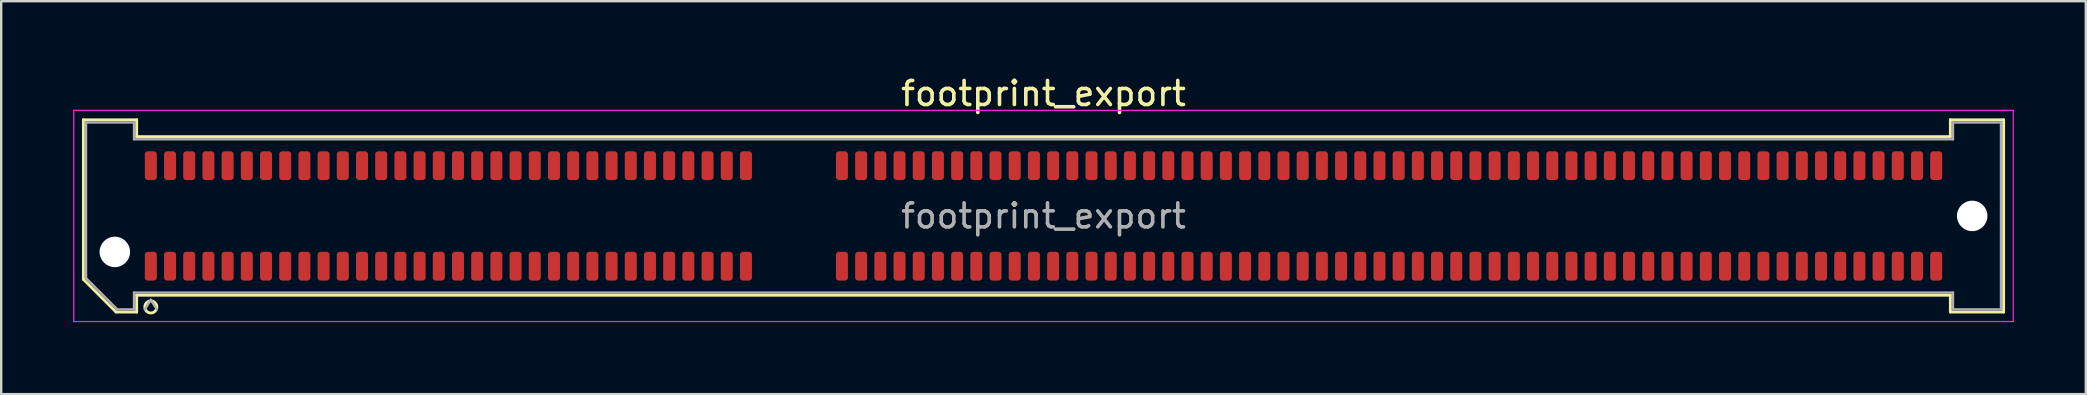
<source format=kicad_pcb>
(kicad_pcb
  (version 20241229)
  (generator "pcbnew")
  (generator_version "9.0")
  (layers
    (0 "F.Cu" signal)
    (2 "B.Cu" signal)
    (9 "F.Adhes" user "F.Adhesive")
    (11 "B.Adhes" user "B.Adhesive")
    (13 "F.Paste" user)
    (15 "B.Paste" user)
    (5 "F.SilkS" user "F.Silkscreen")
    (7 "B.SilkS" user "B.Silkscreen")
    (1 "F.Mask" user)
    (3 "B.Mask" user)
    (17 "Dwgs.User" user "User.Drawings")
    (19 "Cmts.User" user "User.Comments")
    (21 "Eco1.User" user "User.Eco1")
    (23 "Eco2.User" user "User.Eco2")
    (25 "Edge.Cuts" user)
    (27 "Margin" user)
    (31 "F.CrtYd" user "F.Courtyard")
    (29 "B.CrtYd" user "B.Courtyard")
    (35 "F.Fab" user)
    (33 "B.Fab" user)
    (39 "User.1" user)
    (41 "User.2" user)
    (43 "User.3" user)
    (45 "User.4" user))
  (footprint "footprint_export"
    (layer "F.Cu")
    (at 40.435 5.948)
    (property "Reference" "footprint_export" (at 0 -5.1 0) (layer "F.SilkS") (effects (font (size 1 1) (thickness 0.15))))
    (attr smd)
    (fp_line (start -40.01 -4.005) (end -37.79 -4.005) (stroke (width 0.12) (type solid)) (layer "F.SilkS"))
    (fp_line (start -40.01 2.641) (end -40.01 -4.005) (stroke (width 0.12) (type solid)) (layer "F.SilkS"))
    (fp_line (start -38.646 4.005) (end -40.01 2.641) (stroke (width 0.12) (type solid)) (layer "F.SilkS"))
    (fp_line (start -37.79 -4.005) (end -37.79 -3.305) (stroke (width 0.12) (type solid)) (layer "F.SilkS"))
    (fp_line (start -37.79 -3.305) (end 37.79 -3.305) (stroke (width 0.12) (type solid)) (layer "F.SilkS"))
    (fp_line (start -37.79 3.305) (end -37.79 4.005) (stroke (width 0.12) (type solid)) (layer "F.SilkS"))
    (fp_line (start -37.79 4.005) (end -38.646 4.005) (stroke (width 0.12) (type solid)) (layer "F.SilkS"))
    (fp_line (start 37.79 -4.005) (end 40.01 -4.005) (stroke (width 0.12) (type solid)) (layer "F.SilkS"))
    (fp_line (start 37.79 -3.305) (end 37.79 -4.005) (stroke (width 0.12) (type solid)) (layer "F.SilkS"))
    (fp_line (start 37.79 3.305) (end -37.79 3.305) (stroke (width 0.12) (type solid)) (layer "F.SilkS"))
    (fp_line (start 37.79 4.005) (end 37.79 3.305) (stroke (width 0.12) (type solid)) (layer "F.SilkS"))
    (fp_line (start 40.01 -4.005) (end 40.01 4.005) (stroke (width 0.12) (type solid)) (layer "F.SilkS"))
    (fp_line (start 40.01 4.005) (end 37.79 4.005) (stroke (width 0.12) (type solid)) (layer "F.SilkS"))
    (fp_arc (start -36.95 3.795) (mid -37.45 3.795) (end -36.95 3.795) (stroke (width 0.12) (type solid)) (layer "F.SilkS"))
    (fp_line (start -40.41 -4.4) (end -40.41 4.4) (stroke (width 0.05) (type solid)) (layer "F.CrtYd"))
    (fp_line (start -40.41 4.4) (end 40.41 4.4) (stroke (width 0.05) (type solid)) (layer "F.CrtYd"))
    (fp_line (start 40.41 -4.4) (end -40.41 -4.4) (stroke (width 0.05) (type solid)) (layer "F.CrtYd"))
    (fp_line (start 40.41 4.4) (end 40.41 -4.4) (stroke (width 0.05) (type solid)) (layer "F.CrtYd"))
    (fp_line (start -39.9 -3.895) (end -37.9 -3.895) (stroke (width 0.1) (type solid)) (layer "F.Fab"))
    (fp_line (start -39.9 2.595) (end -39.9 -3.895) (stroke (width 0.1) (type solid)) (layer "F.Fab"))
    (fp_line (start -38.6 3.895) (end -39.9 2.595) (stroke (width 0.1) (type solid)) (layer "F.Fab"))
    (fp_line (start -37.9 -3.895) (end -37.9 -3.195) (stroke (width 0.1) (type solid)) (layer "F.Fab"))
    (fp_line (start -37.9 -3.195) (end 37.9 -3.195) (stroke (width 0.1) (type solid)) (layer "F.Fab"))
    (fp_line (start -37.9 3.195) (end -37.9 3.895) (stroke (width 0.1) (type solid)) (layer "F.Fab"))
    (fp_line (start -37.9 3.895) (end -38.6 3.895) (stroke (width 0.1) (type solid)) (layer "F.Fab"))
    (fp_line (start -37.2 3.495) (end -37.45 3.895) (stroke (width 0.1) (type solid)) (layer "F.Fab"))
    (fp_line (start -37.2 3.495) (end -36.95 3.895) (stroke (width 0.1) (type solid)) (layer "F.Fab"))
    (fp_line (start 37.9 -3.895) (end 39.9 -3.895) (stroke (width 0.1) (type solid)) (layer "F.Fab"))
    (fp_line (start 37.9 -3.195) (end 37.9 -3.895) (stroke (width 0.1) (type solid)) (layer "F.Fab"))
    (fp_line (start 37.9 3.195) (end -37.9 3.195) (stroke (width 0.1) (type solid)) (layer "F.Fab"))
    (fp_line (start 37.9 3.895) (end 37.9 3.195) (stroke (width 0.1) (type solid)) (layer "F.Fab"))
    (fp_line (start 39.9 -3.895) (end 39.9 3.895) (stroke (width 0.1) (type solid)) (layer "F.Fab"))
    (fp_line (start 39.9 3.895) (end 37.9 3.895) (stroke (width 0.1) (type solid)) (layer "F.Fab"))
    (fp_text user "${REFERENCE}" (at 0 0 0) (layer "F.Fab") (effects (font (size 1 1) (thickness 0.15))))
    (pad "" np_thru_hole circle (at -38.7 1.5) (size 1.27 1.27) (drill 1.27) (layers "*.Cu" "*.Mask"))
    (pad "" np_thru_hole circle (at 38.7 0) (size 1.27 1.27) (drill 1.27) (layers "*.Cu" "*.Mask"))
    (pad "1" smd roundrect (at -37.2 2.095) (size 0.5 1.2) (layers "F.Cu" "F.Mask" "F.Paste") (roundrect_rratio 0.25))
    (pad "2" smd roundrect (at -37.2 -2.095) (size 0.5 1.2) (layers "F.Cu" "F.Mask" "F.Paste") (roundrect_rratio 0.25))
    (pad "3" smd roundrect (at -36.4 2.095) (size 0.5 1.2) (layers "F.Cu" "F.Mask" "F.Paste") (roundrect_rratio 0.25))
    (pad "4" smd roundrect (at -36.4 -2.095) (size 0.5 1.2) (layers "F.Cu" "F.Mask" "F.Paste") (roundrect_rratio 0.25))
    (pad "5" smd roundrect (at -35.6 2.095) (size 0.5 1.2) (layers "F.Cu" "F.Mask" "F.Paste") (roundrect_rratio 0.25))
    (pad "6" smd roundrect (at -35.6 -2.095) (size 0.5 1.2) (layers "F.Cu" "F.Mask" "F.Paste") (roundrect_rratio 0.25))
    (pad "7" smd roundrect (at -34.8 2.095) (size 0.5 1.2) (layers "F.Cu" "F.Mask" "F.Paste") (roundrect_rratio 0.25))
    (pad "8" smd roundrect (at -34.8 -2.095) (size 0.5 1.2) (layers "F.Cu" "F.Mask" "F.Paste") (roundrect_rratio 0.25))
    (pad "9" smd roundrect (at -34 2.095) (size 0.5 1.2) (layers "F.Cu" "F.Mask" "F.Paste") (roundrect_rratio 0.25))
    (pad "10" smd roundrect (at -34 -2.095) (size 0.5 1.2) (layers "F.Cu" "F.Mask" "F.Paste") (roundrect_rratio 0.25))
    (pad "11" smd roundrect (at -33.2 2.095) (size 0.5 1.2) (layers "F.Cu" "F.Mask" "F.Paste") (roundrect_rratio 0.25))
    (pad "12" smd roundrect (at -33.2 -2.095) (size 0.5 1.2) (layers "F.Cu" "F.Mask" "F.Paste") (roundrect_rratio 0.25))
    (pad "13" smd roundrect (at -32.4 2.095) (size 0.5 1.2) (layers "F.Cu" "F.Mask" "F.Paste") (roundrect_rratio 0.25))
    (pad "14" smd roundrect (at -32.4 -2.095) (size 0.5 1.2) (layers "F.Cu" "F.Mask" "F.Paste") (roundrect_rratio 0.25))
    (pad "15" smd roundrect (at -31.6 2.095) (size 0.5 1.2) (layers "F.Cu" "F.Mask" "F.Paste") (roundrect_rratio 0.25))
    (pad "16" smd roundrect (at -31.6 -2.095) (size 0.5 1.2) (layers "F.Cu" "F.Mask" "F.Paste") (roundrect_rratio 0.25))
    (pad "17" smd roundrect (at -30.8 2.095) (size 0.5 1.2) (layers "F.Cu" "F.Mask" "F.Paste") (roundrect_rratio 0.25))
    (pad "18" smd roundrect (at -30.8 -2.095) (size 0.5 1.2) (layers "F.Cu" "F.Mask" "F.Paste") (roundrect_rratio 0.25))
    (pad "19" smd roundrect (at -30 2.095) (size 0.5 1.2) (layers "F.Cu" "F.Mask" "F.Paste") (roundrect_rratio 0.25))
    (pad "20" smd roundrect (at -30 -2.095) (size 0.5 1.2) (layers "F.Cu" "F.Mask" "F.Paste") (roundrect_rratio 0.25))
    (pad "21" smd roundrect (at -29.2 2.095) (size 0.5 1.2) (layers "F.Cu" "F.Mask" "F.Paste") (roundrect_rratio 0.25))
    (pad "22" smd roundrect (at -29.2 -2.095) (size 0.5 1.2) (layers "F.Cu" "F.Mask" "F.Paste") (roundrect_rratio 0.25))
    (pad "23" smd roundrect (at -28.4 2.095) (size 0.5 1.2) (layers "F.Cu" "F.Mask" "F.Paste") (roundrect_rratio 0.25))
    (pad "24" smd roundrect (at -28.4 -2.095) (size 0.5 1.2) (layers "F.Cu" "F.Mask" "F.Paste") (roundrect_rratio 0.25))
    (pad "25" smd roundrect (at -27.6 2.095) (size 0.5 1.2) (layers "F.Cu" "F.Mask" "F.Paste") (roundrect_rratio 0.25))
    (pad "26" smd roundrect (at -27.6 -2.095) (size 0.5 1.2) (layers "F.Cu" "F.Mask" "F.Paste") (roundrect_rratio 0.25))
    (pad "27" smd roundrect (at -26.8 2.095) (size 0.5 1.2) (layers "F.Cu" "F.Mask" "F.Paste") (roundrect_rratio 0.25))
    (pad "28" smd roundrect (at -26.8 -2.095) (size 0.5 1.2) (layers "F.Cu" "F.Mask" "F.Paste") (roundrect_rratio 0.25))
    (pad "29" smd roundrect (at -26 2.095) (size 0.5 1.2) (layers "F.Cu" "F.Mask" "F.Paste") (roundrect_rratio 0.25))
    (pad "30" smd roundrect (at -26 -2.095) (size 0.5 1.2) (layers "F.Cu" "F.Mask" "F.Paste") (roundrect_rratio 0.25))
    (pad "31" smd roundrect (at -25.2 2.095) (size 0.5 1.2) (layers "F.Cu" "F.Mask" "F.Paste") (roundrect_rratio 0.25))
    (pad "32" smd roundrect (at -25.2 -2.095) (size 0.5 1.2) (layers "F.Cu" "F.Mask" "F.Paste") (roundrect_rratio 0.25))
    (pad "33" smd roundrect (at -24.4 2.095) (size 0.5 1.2) (layers "F.Cu" "F.Mask" "F.Paste") (roundrect_rratio 0.25))
    (pad "34" smd roundrect (at -24.4 -2.095) (size 0.5 1.2) (layers "F.Cu" "F.Mask" "F.Paste") (roundrect_rratio 0.25))
    (pad "35" smd roundrect (at -23.6 2.095) (size 0.5 1.2) (layers "F.Cu" "F.Mask" "F.Paste") (roundrect_rratio 0.25))
    (pad "36" smd roundrect (at -23.6 -2.095) (size 0.5 1.2) (layers "F.Cu" "F.Mask" "F.Paste") (roundrect_rratio 0.25))
    (pad "37" smd roundrect (at -22.8 2.095) (size 0.5 1.2) (layers "F.Cu" "F.Mask" "F.Paste") (roundrect_rratio 0.25))
    (pad "38" smd roundrect (at -22.8 -2.095) (size 0.5 1.2) (layers "F.Cu" "F.Mask" "F.Paste") (roundrect_rratio 0.25))
    (pad "39" smd roundrect (at -22 2.095) (size 0.5 1.2) (layers "F.Cu" "F.Mask" "F.Paste") (roundrect_rratio 0.25))
    (pad "40" smd roundrect (at -22 -2.095) (size 0.5 1.2) (layers "F.Cu" "F.Mask" "F.Paste") (roundrect_rratio 0.25))
    (pad "41" smd roundrect (at -21.2 2.095) (size 0.5 1.2) (layers "F.Cu" "F.Mask" "F.Paste") (roundrect_rratio 0.25))
    (pad "42" smd roundrect (at -21.2 -2.095) (size 0.5 1.2) (layers "F.Cu" "F.Mask" "F.Paste") (roundrect_rratio 0.25))
    (pad "43" smd roundrect (at -20.4 2.095) (size 0.5 1.2) (layers "F.Cu" "F.Mask" "F.Paste") (roundrect_rratio 0.25))
    (pad "44" smd roundrect (at -20.4 -2.095) (size 0.5 1.2) (layers "F.Cu" "F.Mask" "F.Paste") (roundrect_rratio 0.25))
    (pad "45" smd roundrect (at -19.6 2.095) (size 0.5 1.2) (layers "F.Cu" "F.Mask" "F.Paste") (roundrect_rratio 0.25))
    (pad "46" smd roundrect (at -19.6 -2.095) (size 0.5 1.2) (layers "F.Cu" "F.Mask" "F.Paste") (roundrect_rratio 0.25))
    (pad "47" smd roundrect (at -18.8 2.095) (size 0.5 1.2) (layers "F.Cu" "F.Mask" "F.Paste") (roundrect_rratio 0.25))
    (pad "48" smd roundrect (at -18.8 -2.095) (size 0.5 1.2) (layers "F.Cu" "F.Mask" "F.Paste") (roundrect_rratio 0.25))
    (pad "49" smd roundrect (at -18 2.095) (size 0.5 1.2) (layers "F.Cu" "F.Mask" "F.Paste") (roundrect_rratio 0.25))
    (pad "50" smd roundrect (at -18 -2.095) (size 0.5 1.2) (layers "F.Cu" "F.Mask" "F.Paste") (roundrect_rratio 0.25))
    (pad "51" smd roundrect (at -17.2 2.095) (size 0.5 1.2) (layers "F.Cu" "F.Mask" "F.Paste") (roundrect_rratio 0.25))
    (pad "52" smd roundrect (at -17.2 -2.095) (size 0.5 1.2) (layers "F.Cu" "F.Mask" "F.Paste") (roundrect_rratio 0.25))
    (pad "53" smd roundrect (at -16.4 2.095) (size 0.5 1.2) (layers "F.Cu" "F.Mask" "F.Paste") (roundrect_rratio 0.25))
    (pad "54" smd roundrect (at -16.4 -2.095) (size 0.5 1.2) (layers "F.Cu" "F.Mask" "F.Paste") (roundrect_rratio 0.25))
    (pad "55" smd roundrect (at -15.6 2.095) (size 0.5 1.2) (layers "F.Cu" "F.Mask" "F.Paste") (roundrect_rratio 0.25))
    (pad "56" smd roundrect (at -15.6 -2.095) (size 0.5 1.2) (layers "F.Cu" "F.Mask" "F.Paste") (roundrect_rratio 0.25))
    (pad "57" smd roundrect (at -14.8 2.095) (size 0.5 1.2) (layers "F.Cu" "F.Mask" "F.Paste") (roundrect_rratio 0.25))
    (pad "58" smd roundrect (at -14.8 -2.095) (size 0.5 1.2) (layers "F.Cu" "F.Mask" "F.Paste") (roundrect_rratio 0.25))
    (pad "59" smd roundrect (at -14 2.095) (size 0.5 1.2) (layers "F.Cu" "F.Mask" "F.Paste") (roundrect_rratio 0.25))
    (pad "60" smd roundrect (at -14 -2.095) (size 0.5 1.2) (layers "F.Cu" "F.Mask" "F.Paste") (roundrect_rratio 0.25))
    (pad "61" smd roundrect (at -13.2 2.095) (size 0.5 1.2) (layers "F.Cu" "F.Mask" "F.Paste") (roundrect_rratio 0.25))
    (pad "62" smd roundrect (at -13.2 -2.095) (size 0.5 1.2) (layers "F.Cu" "F.Mask" "F.Paste") (roundrect_rratio 0.25))
    (pad "63" smd roundrect (at -12.4 2.095) (size 0.5 1.2) (layers "F.Cu" "F.Mask" "F.Paste") (roundrect_rratio 0.25))
    (pad "64" smd roundrect (at -12.4 -2.095) (size 0.5 1.2) (layers "F.Cu" "F.Mask" "F.Paste") (roundrect_rratio 0.25))
    (pad "65" smd roundrect (at -8.4 2.095) (size 0.5 1.2) (layers "F.Cu" "F.Mask" "F.Paste") (roundrect_rratio 0.25))
    (pad "66" smd roundrect (at -8.4 -2.095) (size 0.5 1.2) (layers "F.Cu" "F.Mask" "F.Paste") (roundrect_rratio 0.25))
    (pad "67" smd roundrect (at -7.6 2.095) (size 0.5 1.2) (layers "F.Cu" "F.Mask" "F.Paste") (roundrect_rratio 0.25))
    (pad "68" smd roundrect (at -7.6 -2.095) (size 0.5 1.2) (layers "F.Cu" "F.Mask" "F.Paste") (roundrect_rratio 0.25))
    (pad "69" smd roundrect (at -6.8 2.095) (size 0.5 1.2) (layers "F.Cu" "F.Mask" "F.Paste") (roundrect_rratio 0.25))
    (pad "70" smd roundrect (at -6.8 -2.095) (size 0.5 1.2) (layers "F.Cu" "F.Mask" "F.Paste") (roundrect_rratio 0.25))
    (pad "71" smd roundrect (at -6 2.095) (size 0.5 1.2) (layers "F.Cu" "F.Mask" "F.Paste") (roundrect_rratio 0.25))
    (pad "72" smd roundrect (at -6 -2.095) (size 0.5 1.2) (layers "F.Cu" "F.Mask" "F.Paste") (roundrect_rratio 0.25))
    (pad "73" smd roundrect (at -5.2 2.095) (size 0.5 1.2) (layers "F.Cu" "F.Mask" "F.Paste") (roundrect_rratio 0.25))
    (pad "74" smd roundrect (at -5.2 -2.095) (size 0.5 1.2) (layers "F.Cu" "F.Mask" "F.Paste") (roundrect_rratio 0.25))
    (pad "75" smd roundrect (at -4.4 2.095) (size 0.5 1.2) (layers "F.Cu" "F.Mask" "F.Paste") (roundrect_rratio 0.25))
    (pad "76" smd roundrect (at -4.4 -2.095) (size 0.5 1.2) (layers "F.Cu" "F.Mask" "F.Paste") (roundrect_rratio 0.25))
    (pad "77" smd roundrect (at -3.6 2.095) (size 0.5 1.2) (layers "F.Cu" "F.Mask" "F.Paste") (roundrect_rratio 0.25))
    (pad "78" smd roundrect (at -3.6 -2.095) (size 0.5 1.2) (layers "F.Cu" "F.Mask" "F.Paste") (roundrect_rratio 0.25))
    (pad "79" smd roundrect (at -2.8 2.095) (size 0.5 1.2) (layers "F.Cu" "F.Mask" "F.Paste") (roundrect_rratio 0.25))
    (pad "80" smd roundrect (at -2.8 -2.095) (size 0.5 1.2) (layers "F.Cu" "F.Mask" "F.Paste") (roundrect_rratio 0.25))
    (pad "81" smd roundrect (at -2 2.095) (size 0.5 1.2) (layers "F.Cu" "F.Mask" "F.Paste") (roundrect_rratio 0.25))
    (pad "82" smd roundrect (at -2 -2.095) (size 0.5 1.2) (layers "F.Cu" "F.Mask" "F.Paste") (roundrect_rratio 0.25))
    (pad "83" smd roundrect (at -1.2 2.095) (size 0.5 1.2) (layers "F.Cu" "F.Mask" "F.Paste") (roundrect_rratio 0.25))
    (pad "84" smd roundrect (at -1.2 -2.095) (size 0.5 1.2) (layers "F.Cu" "F.Mask" "F.Paste") (roundrect_rratio 0.25))
    (pad "85" smd roundrect (at -0.4 2.095) (size 0.5 1.2) (layers "F.Cu" "F.Mask" "F.Paste") (roundrect_rratio 0.25))
    (pad "86" smd roundrect (at -0.4 -2.095) (size 0.5 1.2) (layers "F.Cu" "F.Mask" "F.Paste") (roundrect_rratio 0.25))
    (pad "87" smd roundrect (at 0.4 2.095) (size 0.5 1.2) (layers "F.Cu" "F.Mask" "F.Paste") (roundrect_rratio 0.25))
    (pad "88" smd roundrect (at 0.4 -2.095) (size 0.5 1.2) (layers "F.Cu" "F.Mask" "F.Paste") (roundrect_rratio 0.25))
    (pad "89" smd roundrect (at 1.2 2.095) (size 0.5 1.2) (layers "F.Cu" "F.Mask" "F.Paste") (roundrect_rratio 0.25))
    (pad "90" smd roundrect (at 1.2 -2.095) (size 0.5 1.2) (layers "F.Cu" "F.Mask" "F.Paste") (roundrect_rratio 0.25))
    (pad "91" smd roundrect (at 2 2.095) (size 0.5 1.2) (layers "F.Cu" "F.Mask" "F.Paste") (roundrect_rratio 0.25))
    (pad "92" smd roundrect (at 2 -2.095) (size 0.5 1.2) (layers "F.Cu" "F.Mask" "F.Paste") (roundrect_rratio 0.25))
    (pad "93" smd roundrect (at 2.8 2.095) (size 0.5 1.2) (layers "F.Cu" "F.Mask" "F.Paste") (roundrect_rratio 0.25))
    (pad "94" smd roundrect (at 2.8 -2.095) (size 0.5 1.2) (layers "F.Cu" "F.Mask" "F.Paste") (roundrect_rratio 0.25))
    (pad "95" smd roundrect (at 3.6 2.095) (size 0.5 1.2) (layers "F.Cu" "F.Mask" "F.Paste") (roundrect_rratio 0.25))
    (pad "96" smd roundrect (at 3.6 -2.095) (size 0.5 1.2) (layers "F.Cu" "F.Mask" "F.Paste") (roundrect_rratio 0.25))
    (pad "97" smd roundrect (at 4.4 2.095) (size 0.5 1.2) (layers "F.Cu" "F.Mask" "F.Paste") (roundrect_rratio 0.25))
    (pad "98" smd roundrect (at 4.4 -2.095) (size 0.5 1.2) (layers "F.Cu" "F.Mask" "F.Paste") (roundrect_rratio 0.25))
    (pad "99" smd roundrect (at 5.2 2.095) (size 0.5 1.2) (layers "F.Cu" "F.Mask" "F.Paste") (roundrect_rratio 0.25))
    (pad "100" smd roundrect (at 5.2 -2.095) (size 0.5 1.2) (layers "F.Cu" "F.Mask" "F.Paste") (roundrect_rratio 0.25))
    (pad "101" smd roundrect (at 6 2.095) (size 0.5 1.2) (layers "F.Cu" "F.Mask" "F.Paste") (roundrect_rratio 0.25))
    (pad "102" smd roundrect (at 6 -2.095) (size 0.5 1.2) (layers "F.Cu" "F.Mask" "F.Paste") (roundrect_rratio 0.25))
    (pad "103" smd roundrect (at 6.8 2.095) (size 0.5 1.2) (layers "F.Cu" "F.Mask" "F.Paste") (roundrect_rratio 0.25))
    (pad "104" smd roundrect (at 6.8 -2.095) (size 0.5 1.2) (layers "F.Cu" "F.Mask" "F.Paste") (roundrect_rratio 0.25))
    (pad "105" smd roundrect (at 7.6 2.095) (size 0.5 1.2) (layers "F.Cu" "F.Mask" "F.Paste") (roundrect_rratio 0.25))
    (pad "106" smd roundrect (at 7.6 -2.095) (size 0.5 1.2) (layers "F.Cu" "F.Mask" "F.Paste") (roundrect_rratio 0.25))
    (pad "107" smd roundrect (at 8.4 2.095) (size 0.5 1.2) (layers "F.Cu" "F.Mask" "F.Paste") (roundrect_rratio 0.25))
    (pad "108" smd roundrect (at 8.4 -2.095) (size 0.5 1.2) (layers "F.Cu" "F.Mask" "F.Paste") (roundrect_rratio 0.25))
    (pad "109" smd roundrect (at 9.2 2.095) (size 0.5 1.2) (layers "F.Cu" "F.Mask" "F.Paste") (roundrect_rratio 0.25))
    (pad "110" smd roundrect (at 9.2 -2.095) (size 0.5 1.2) (layers "F.Cu" "F.Mask" "F.Paste") (roundrect_rratio 0.25))
    (pad "111" smd roundrect (at 10 2.095) (size 0.5 1.2) (layers "F.Cu" "F.Mask" "F.Paste") (roundrect_rratio 0.25))
    (pad "112" smd roundrect (at 10 -2.095) (size 0.5 1.2) (layers "F.Cu" "F.Mask" "F.Paste") (roundrect_rratio 0.25))
    (pad "113" smd roundrect (at 10.8 2.095) (size 0.5 1.2) (layers "F.Cu" "F.Mask" "F.Paste") (roundrect_rratio 0.25))
    (pad "114" smd roundrect (at 10.8 -2.095) (size 0.5 1.2) (layers "F.Cu" "F.Mask" "F.Paste") (roundrect_rratio 0.25))
    (pad "115" smd roundrect (at 11.6 2.095) (size 0.5 1.2) (layers "F.Cu" "F.Mask" "F.Paste") (roundrect_rratio 0.25))
    (pad "116" smd roundrect (at 11.6 -2.095) (size 0.5 1.2) (layers "F.Cu" "F.Mask" "F.Paste") (roundrect_rratio 0.25))
    (pad "117" smd roundrect (at 12.4 2.095) (size 0.5 1.2) (layers "F.Cu" "F.Mask" "F.Paste") (roundrect_rratio 0.25))
    (pad "118" smd roundrect (at 12.4 -2.095) (size 0.5 1.2) (layers "F.Cu" "F.Mask" "F.Paste") (roundrect_rratio 0.25))
    (pad "119" smd roundrect (at 13.2 2.095) (size 0.5 1.2) (layers "F.Cu" "F.Mask" "F.Paste") (roundrect_rratio 0.25))
    (pad "120" smd roundrect (at 13.2 -2.095) (size 0.5 1.2) (layers "F.Cu" "F.Mask" "F.Paste") (roundrect_rratio 0.25))
    (pad "121" smd roundrect (at 14 2.095) (size 0.5 1.2) (layers "F.Cu" "F.Mask" "F.Paste") (roundrect_rratio 0.25))
    (pad "122" smd roundrect (at 14 -2.095) (size 0.5 1.2) (layers "F.Cu" "F.Mask" "F.Paste") (roundrect_rratio 0.25))
    (pad "123" smd roundrect (at 14.8 2.095) (size 0.5 1.2) (layers "F.Cu" "F.Mask" "F.Paste") (roundrect_rratio 0.25))
    (pad "124" smd roundrect (at 14.8 -2.095) (size 0.5 1.2) (layers "F.Cu" "F.Mask" "F.Paste") (roundrect_rratio 0.25))
    (pad "125" smd roundrect (at 15.6 2.095) (size 0.5 1.2) (layers "F.Cu" "F.Mask" "F.Paste") (roundrect_rratio 0.25))
    (pad "126" smd roundrect (at 15.6 -2.095) (size 0.5 1.2) (layers "F.Cu" "F.Mask" "F.Paste") (roundrect_rratio 0.25))
    (pad "127" smd roundrect (at 16.4 2.095) (size 0.5 1.2) (layers "F.Cu" "F.Mask" "F.Paste") (roundrect_rratio 0.25))
    (pad "128" smd roundrect (at 16.4 -2.095) (size 0.5 1.2) (layers "F.Cu" "F.Mask" "F.Paste") (roundrect_rratio 0.25))
    (pad "129" smd roundrect (at 17.2 2.095) (size 0.5 1.2) (layers "F.Cu" "F.Mask" "F.Paste") (roundrect_rratio 0.25))
    (pad "130" smd roundrect (at 17.2 -2.095) (size 0.5 1.2) (layers "F.Cu" "F.Mask" "F.Paste") (roundrect_rratio 0.25))
    (pad "131" smd roundrect (at 18 2.095) (size 0.5 1.2) (layers "F.Cu" "F.Mask" "F.Paste") (roundrect_rratio 0.25))
    (pad "132" smd roundrect (at 18 -2.095) (size 0.5 1.2) (layers "F.Cu" "F.Mask" "F.Paste") (roundrect_rratio 0.25))
    (pad "133" smd roundrect (at 18.8 2.095) (size 0.5 1.2) (layers "F.Cu" "F.Mask" "F.Paste") (roundrect_rratio 0.25))
    (pad "134" smd roundrect (at 18.8 -2.095) (size 0.5 1.2) (layers "F.Cu" "F.Mask" "F.Paste") (roundrect_rratio 0.25))
    (pad "135" smd roundrect (at 19.6 2.095) (size 0.5 1.2) (layers "F.Cu" "F.Mask" "F.Paste") (roundrect_rratio 0.25))
    (pad "136" smd roundrect (at 19.6 -2.095) (size 0.5 1.2) (layers "F.Cu" "F.Mask" "F.Paste") (roundrect_rratio 0.25))
    (pad "137" smd roundrect (at 20.4 2.095) (size 0.5 1.2) (layers "F.Cu" "F.Mask" "F.Paste") (roundrect_rratio 0.25))
    (pad "138" smd roundrect (at 20.4 -2.095) (size 0.5 1.2) (layers "F.Cu" "F.Mask" "F.Paste") (roundrect_rratio 0.25))
    (pad "139" smd roundrect (at 21.2 2.095) (size 0.5 1.2) (layers "F.Cu" "F.Mask" "F.Paste") (roundrect_rratio 0.25))
    (pad "140" smd roundrect (at 21.2 -2.095) (size 0.5 1.2) (layers "F.Cu" "F.Mask" "F.Paste") (roundrect_rratio 0.25))
    (pad "141" smd roundrect (at 22 2.095) (size 0.5 1.2) (layers "F.Cu" "F.Mask" "F.Paste") (roundrect_rratio 0.25))
    (pad "142" smd roundrect (at 22 -2.095) (size 0.5 1.2) (layers "F.Cu" "F.Mask" "F.Paste") (roundrect_rratio 0.25))
    (pad "143" smd roundrect (at 22.8 2.095) (size 0.5 1.2) (layers "F.Cu" "F.Mask" "F.Paste") (roundrect_rratio 0.25))
    (pad "144" smd roundrect (at 22.8 -2.095) (size 0.5 1.2) (layers "F.Cu" "F.Mask" "F.Paste") (roundrect_rratio 0.25))
    (pad "145" smd roundrect (at 23.6 2.095) (size 0.5 1.2) (layers "F.Cu" "F.Mask" "F.Paste") (roundrect_rratio 0.25))
    (pad "146" smd roundrect (at 23.6 -2.095) (size 0.5 1.2) (layers "F.Cu" "F.Mask" "F.Paste") (roundrect_rratio 0.25))
    (pad "147" smd roundrect (at 24.4 2.095) (size 0.5 1.2) (layers "F.Cu" "F.Mask" "F.Paste") (roundrect_rratio 0.25))
    (pad "148" smd roundrect (at 24.4 -2.095) (size 0.5 1.2) (layers "F.Cu" "F.Mask" "F.Paste") (roundrect_rratio 0.25))
    (pad "149" smd roundrect (at 25.2 2.095) (size 0.5 1.2) (layers "F.Cu" "F.Mask" "F.Paste") (roundrect_rratio 0.25))
    (pad "150" smd roundrect (at 25.2 -2.095) (size 0.5 1.2) (layers "F.Cu" "F.Mask" "F.Paste") (roundrect_rratio 0.25))
    (pad "151" smd roundrect (at 26 2.095) (size 0.5 1.2) (layers "F.Cu" "F.Mask" "F.Paste") (roundrect_rratio 0.25))
    (pad "152" smd roundrect (at 26 -2.095) (size 0.5 1.2) (layers "F.Cu" "F.Mask" "F.Paste") (roundrect_rratio 0.25))
    (pad "153" smd roundrect (at 26.8 2.095) (size 0.5 1.2) (layers "F.Cu" "F.Mask" "F.Paste") (roundrect_rratio 0.25))
    (pad "154" smd roundrect (at 26.8 -2.095) (size 0.5 1.2) (layers "F.Cu" "F.Mask" "F.Paste") (roundrect_rratio 0.25))
    (pad "155" smd roundrect (at 27.6 2.095) (size 0.5 1.2) (layers "F.Cu" "F.Mask" "F.Paste") (roundrect_rratio 0.25))
    (pad "156" smd roundrect (at 27.6 -2.095) (size 0.5 1.2) (layers "F.Cu" "F.Mask" "F.Paste") (roundrect_rratio 0.25))
    (pad "157" smd roundrect (at 28.4 2.095) (size 0.5 1.2) (layers "F.Cu" "F.Mask" "F.Paste") (roundrect_rratio 0.25))
    (pad "158" smd roundrect (at 28.4 -2.095) (size 0.5 1.2) (layers "F.Cu" "F.Mask" "F.Paste") (roundrect_rratio 0.25))
    (pad "159" smd roundrect (at 29.2 2.095) (size 0.5 1.2) (layers "F.Cu" "F.Mask" "F.Paste") (roundrect_rratio 0.25))
    (pad "160" smd roundrect (at 29.2 -2.095) (size 0.5 1.2) (layers "F.Cu" "F.Mask" "F.Paste") (roundrect_rratio 0.25))
    (pad "161" smd roundrect (at 30 2.095) (size 0.5 1.2) (layers "F.Cu" "F.Mask" "F.Paste") (roundrect_rratio 0.25))
    (pad "162" smd roundrect (at 30 -2.095) (size 0.5 1.2) (layers "F.Cu" "F.Mask" "F.Paste") (roundrect_rratio 0.25))
    (pad "163" smd roundrect (at 30.8 2.095) (size 0.5 1.2) (layers "F.Cu" "F.Mask" "F.Paste") (roundrect_rratio 0.25))
    (pad "164" smd roundrect (at 30.8 -2.095) (size 0.5 1.2) (layers "F.Cu" "F.Mask" "F.Paste") (roundrect_rratio 0.25))
    (pad "165" smd roundrect (at 31.6 2.095) (size 0.5 1.2) (layers "F.Cu" "F.Mask" "F.Paste") (roundrect_rratio 0.25))
    (pad "166" smd roundrect (at 31.6 -2.095) (size 0.5 1.2) (layers "F.Cu" "F.Mask" "F.Paste") (roundrect_rratio 0.25))
    (pad "167" smd roundrect (at 32.4 2.095) (size 0.5 1.2) (layers "F.Cu" "F.Mask" "F.Paste") (roundrect_rratio 0.25))
    (pad "168" smd roundrect (at 32.4 -2.095) (size 0.5 1.2) (layers "F.Cu" "F.Mask" "F.Paste") (roundrect_rratio 0.25))
    (pad "169" smd roundrect (at 33.2 2.095) (size 0.5 1.2) (layers "F.Cu" "F.Mask" "F.Paste") (roundrect_rratio 0.25))
    (pad "170" smd roundrect (at 33.2 -2.095) (size 0.5 1.2) (layers "F.Cu" "F.Mask" "F.Paste") (roundrect_rratio 0.25))
    (pad "171" smd roundrect (at 34 2.095) (size 0.5 1.2) (layers "F.Cu" "F.Mask" "F.Paste") (roundrect_rratio 0.25))
    (pad "172" smd roundrect (at 34 -2.095) (size 0.5 1.2) (layers "F.Cu" "F.Mask" "F.Paste") (roundrect_rratio 0.25))
    (pad "173" smd roundrect (at 34.8 2.095) (size 0.5 1.2) (layers "F.Cu" "F.Mask" "F.Paste") (roundrect_rratio 0.25))
    (pad "174" smd roundrect (at 34.8 -2.095) (size 0.5 1.2) (layers "F.Cu" "F.Mask" "F.Paste") (roundrect_rratio 0.25))
    (pad "175" smd roundrect (at 35.6 2.095) (size 0.5 1.2) (layers "F.Cu" "F.Mask" "F.Paste") (roundrect_rratio 0.25))
    (pad "176" smd roundrect (at 35.6 -2.095) (size 0.5 1.2) (layers "F.Cu" "F.Mask" "F.Paste") (roundrect_rratio 0.25))
    (pad "177" smd roundrect (at 36.4 2.095) (size 0.5 1.2) (layers "F.Cu" "F.Mask" "F.Paste") (roundrect_rratio 0.25))
    (pad "178" smd roundrect (at 36.4 -2.095) (size 0.5 1.2) (layers "F.Cu" "F.Mask" "F.Paste") (roundrect_rratio 0.25))
    (pad "179" smd roundrect (at 37.2 2.095) (size 0.5 1.2) (layers "F.Cu" "F.Mask" "F.Paste") (roundrect_rratio 0.25))
    (pad "180" smd roundrect (at 37.2 -2.095) (size 0.5 1.2) (layers "F.Cu" "F.Mask" "F.Paste") (roundrect_rratio 0.25)))
  (gr_rect
    (start -3 -3)
    (end 83.87 13.373)
    (stroke (width 0.1) (type default))
    (fill no)
    (layer "Edge.Cuts")))
</source>
